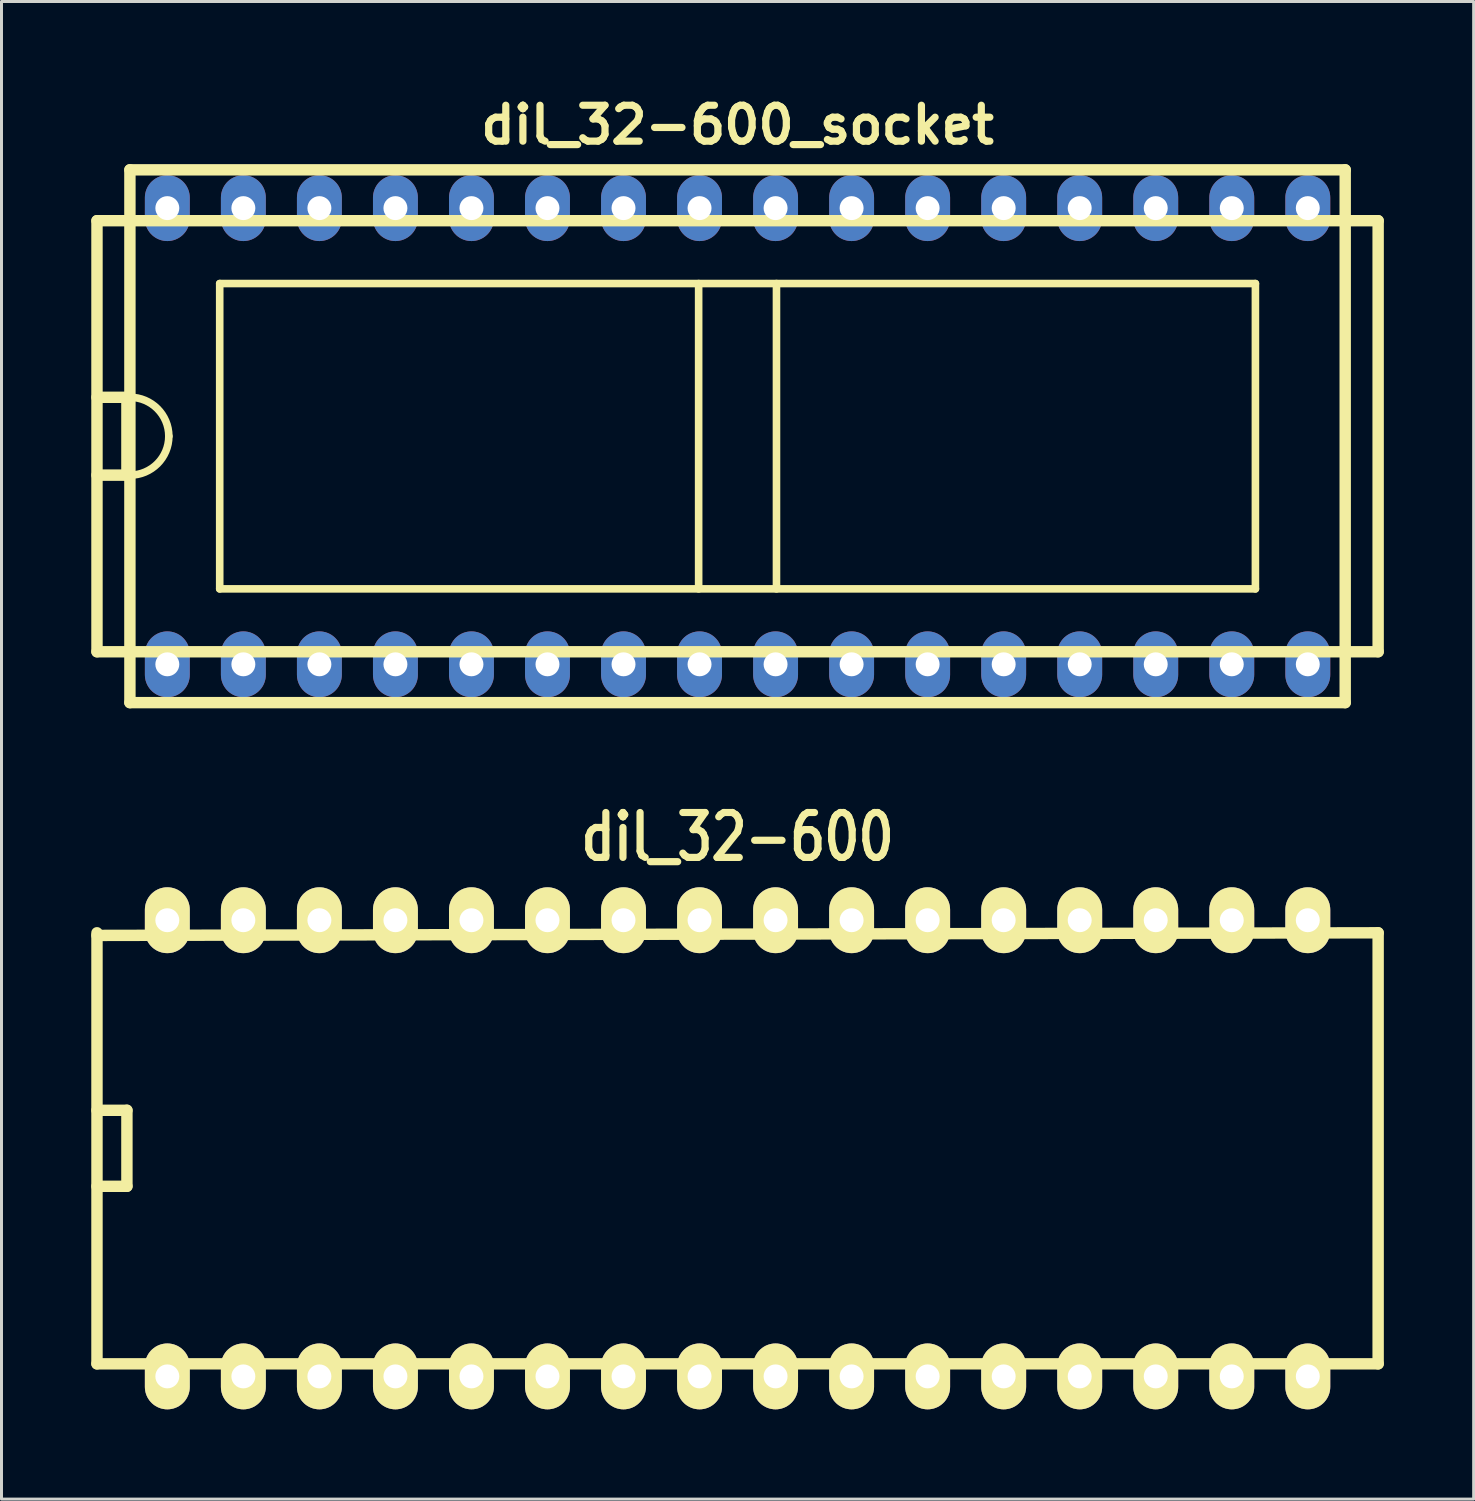
<source format=kicad_pcb>
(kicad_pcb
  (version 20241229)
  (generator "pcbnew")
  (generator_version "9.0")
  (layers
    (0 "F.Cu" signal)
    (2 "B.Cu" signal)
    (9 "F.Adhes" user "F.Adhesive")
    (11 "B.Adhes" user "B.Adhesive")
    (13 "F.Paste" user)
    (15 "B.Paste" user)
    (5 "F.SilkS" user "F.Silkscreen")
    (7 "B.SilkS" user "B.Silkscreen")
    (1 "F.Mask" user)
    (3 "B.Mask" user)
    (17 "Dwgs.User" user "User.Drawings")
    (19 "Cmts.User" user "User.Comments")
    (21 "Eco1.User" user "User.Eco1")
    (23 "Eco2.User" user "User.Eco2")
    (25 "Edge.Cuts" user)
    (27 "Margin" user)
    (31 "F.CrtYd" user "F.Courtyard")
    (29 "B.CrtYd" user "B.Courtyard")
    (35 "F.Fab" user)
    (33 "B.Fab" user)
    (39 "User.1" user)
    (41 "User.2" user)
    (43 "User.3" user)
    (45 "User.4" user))
  (footprint "dil_32-600"
    (layer "F.Cu")
    (at 21.59 35.312)
    (property "Reference" "dil_32-600" (at 0 -10.4 0) (layer "F.SilkS") (effects (font (size 1.5 1.2) (thickness 0.24))))
    (attr through_hole)
    (fp_line (start -21.4 -7.2) (end -21.4 7.2) (stroke (width 0.381) (type solid)) (layer "F.SilkS"))
    (fp_line (start -20.4 -1.27) (end -21.4 -1.27) (stroke (width 0.381) (type solid)) (layer "F.SilkS"))
    (fp_line (start -20.4 -1.27) (end -20.4 1.27) (stroke (width 0.381) (type solid)) (layer "F.SilkS"))
    (fp_line (start -20.4 1.27) (end -21.4 1.27) (stroke (width 0.381) (type solid)) (layer "F.SilkS"))
    (fp_line (start 21.4 -7.2) (end -21.4 -7.112) (stroke (width 0.381) (type solid)) (layer "F.SilkS"))
    (fp_line (start 21.4 7.2) (end -21.4 7.2) (stroke (width 0.381) (type solid)) (layer "F.SilkS"))
    (fp_line (start 21.4 7.2) (end 21.4 -7.2) (stroke (width 0.381) (type solid)) (layer "F.SilkS"))
    (pad "1" thru_hole oval (at -19.05 7.62) (size 1.5 2.2) (drill 0.8) (layers "*.Cu" "*.Mask" "F.SilkS"))
    (pad "2" thru_hole oval (at -16.51 7.62) (size 1.5 2.2) (drill 0.8) (layers "*.Cu" "*.Mask" "F.SilkS"))
    (pad "3" thru_hole oval (at -13.97 7.62) (size 1.5 2.2) (drill 0.8) (layers "*.Cu" "*.Mask" "F.SilkS"))
    (pad "4" thru_hole oval (at -11.43 7.62) (size 1.5 2.2) (drill 0.8) (layers "*.Cu" "*.Mask" "F.SilkS"))
    (pad "5" thru_hole oval (at -8.89 7.62) (size 1.5 2.2) (drill 0.8) (layers "*.Cu" "*.Mask" "F.SilkS"))
    (pad "6" thru_hole oval (at -6.35 7.62) (size 1.5 2.2) (drill 0.8) (layers "*.Cu" "*.Mask" "F.SilkS"))
    (pad "7" thru_hole oval (at -3.81 7.62) (size 1.5 2.2) (drill 0.8) (layers "*.Cu" "*.Mask" "F.SilkS"))
    (pad "8" thru_hole oval (at -1.27 7.62) (size 1.5 2.2) (drill 0.8) (layers "*.Cu" "*.Mask" "F.SilkS"))
    (pad "9" thru_hole oval (at 1.27 7.62) (size 1.5 2.2) (drill 0.8) (layers "*.Cu" "*.Mask" "F.SilkS"))
    (pad "10" thru_hole oval (at 3.81 7.62) (size 1.5 2.2) (drill 0.8) (layers "*.Cu" "*.Mask" "F.SilkS"))
    (pad "11" thru_hole oval (at 6.35 7.62) (size 1.5 2.2) (drill 0.8) (layers "*.Cu" "*.Mask" "F.SilkS"))
    (pad "12" thru_hole oval (at 8.89 7.62) (size 1.5 2.2) (drill 0.8) (layers "*.Cu" "*.Mask" "F.SilkS"))
    (pad "13" thru_hole oval (at 11.43 7.62) (size 1.5 2.2) (drill 0.8) (layers "*.Cu" "*.Mask" "F.SilkS"))
    (pad "14" thru_hole oval (at 13.97 7.62) (size 1.5 2.2) (drill 0.8) (layers "*.Cu" "*.Mask" "F.SilkS"))
    (pad "15" thru_hole oval (at 16.51 7.62) (size 1.5 2.2) (drill 0.8) (layers "*.Cu" "*.Mask" "F.SilkS"))
    (pad "16" thru_hole oval (at 19.05 7.62) (size 1.5 2.2) (drill 0.8) (layers "*.Cu" "*.Mask" "F.SilkS"))
    (pad "17" thru_hole oval (at 19.05 -7.62) (size 1.5 2.2) (drill 0.8) (layers "*.Cu" "*.Mask" "F.SilkS"))
    (pad "18" thru_hole oval (at 16.51 -7.62) (size 1.5 2.2) (drill 0.8) (layers "*.Cu" "*.Mask" "F.SilkS"))
    (pad "19" thru_hole oval (at 13.97 -7.62) (size 1.5 2.2) (drill 0.8) (layers "*.Cu" "*.Mask" "F.SilkS"))
    (pad "20" thru_hole oval (at 11.43 -7.62) (size 1.5 2.2) (drill 0.8) (layers "*.Cu" "*.Mask" "F.SilkS"))
    (pad "21" thru_hole oval (at 8.89 -7.62) (size 1.5 2.2) (drill 0.8) (layers "*.Cu" "*.Mask" "F.SilkS"))
    (pad "22" thru_hole oval (at 6.35 -7.62) (size 1.5 2.2) (drill 0.8) (layers "*.Cu" "*.Mask" "F.SilkS"))
    (pad "23" thru_hole oval (at 3.81 -7.62) (size 1.5 2.2) (drill 0.8) (layers "*.Cu" "*.Mask" "F.SilkS"))
    (pad "24" thru_hole oval (at 1.27 -7.62) (size 1.5 2.2) (drill 0.8) (layers "*.Cu" "*.Mask" "F.SilkS"))
    (pad "25" thru_hole oval (at -1.27 -7.62) (size 1.5 2.2) (drill 0.8) (layers "*.Cu" "*.Mask" "F.SilkS"))
    (pad "26" thru_hole oval (at -3.81 -7.62) (size 1.5 2.2) (drill 0.8) (layers "*.Cu" "*.Mask" "F.SilkS"))
    (pad "27" thru_hole oval (at -6.35 -7.62) (size 1.5 2.2) (drill 0.8) (layers "*.Cu" "*.Mask" "F.SilkS"))
    (pad "28" thru_hole oval (at -8.89 -7.62) (size 1.5 2.2) (drill 0.8) (layers "*.Cu" "*.Mask" "F.SilkS"))
    (pad "29" thru_hole oval (at -11.43 -7.62) (size 1.5 2.2) (drill 0.8) (layers "*.Cu" "*.Mask" "F.SilkS"))
    (pad "30" thru_hole oval (at -13.97 -7.62) (size 1.5 2.2) (drill 0.8) (layers "*.Cu" "*.Mask" "F.SilkS"))
    (pad "31" thru_hole oval (at -16.51 -7.62) (size 1.5 2.2) (drill 0.8) (layers "*.Cu" "*.Mask" "F.SilkS"))
    (pad "32" thru_hole oval (at -19.05 -7.62) (size 1.5 2.2) (drill 0.8) (layers "*.Cu" "*.Mask" "F.SilkS")))
  (footprint "dil_32-600_socket"
    (layer "F.Cu")
    (at 21.59 11.523)
    (property "Reference" "dil_32-600_socket" (at 0 -10.4 0) (layer "F.SilkS") (effects (font (size 1.2 1.2) (thickness 0.24))))
    (attr through_hole)
    (fp_line (start -21.4 -7.2) (end -21.4 7.2) (stroke (width 0.381) (type solid)) (layer "F.SilkS"))
    (fp_line (start -20.4 -1.3) (end -21.4 -1.3) (stroke (width 0.381) (type solid)) (layer "F.SilkS"))
    (fp_line (start -20.4 -1.3) (end -20.4 1.3) (stroke (width 0.381) (type solid)) (layer "F.SilkS"))
    (fp_line (start -20.4 1.3) (end -21.4 1.3) (stroke (width 0.381) (type solid)) (layer "F.SilkS"))
    (fp_line (start -20.3 -8.9) (end 20.3 -8.9) (stroke (width 0.381) (type solid)) (layer "F.SilkS"))
    (fp_line (start -20.3 8.9) (end -20.3 -8.9) (stroke (width 0.381) (type solid)) (layer "F.SilkS"))
    (fp_line (start -20.3 8.9) (end 20.3 8.9) (stroke (width 0.381) (type solid)) (layer "F.SilkS"))
    (fp_line (start -17.3 -5.1) (end -17.3 5.1) (stroke (width 0.254) (type solid)) (layer "F.SilkS"))
    (fp_line (start -17.3 -5.1) (end 17.3 -5.1) (stroke (width 0.254) (type solid)) (layer "F.SilkS"))
    (fp_line (start -1.3 -5.1) (end -1.3 5.1) (stroke (width 0.254) (type solid)) (layer "F.SilkS"))
    (fp_line (start 1.3 5.1) (end 1.3 -5.1) (stroke (width 0.254) (type solid)) (layer "F.SilkS"))
    (fp_line (start 17.3 -5.1) (end 17.3 5.1) (stroke (width 0.254) (type solid)) (layer "F.SilkS"))
    (fp_line (start 17.3 5.1) (end -17.3 5.1) (stroke (width 0.254) (type solid)) (layer "F.SilkS"))
    (fp_line (start 20.3 -8.9) (end 20.3 8.9) (stroke (width 0.381) (type solid)) (layer "F.SilkS"))
    (fp_line (start 21.4 -7.2) (end -21.4 -7.2) (stroke (width 0.381) (type solid)) (layer "F.SilkS"))
    (fp_line (start 21.4 7.2) (end -21.4 7.2) (stroke (width 0.381) (type solid)) (layer "F.SilkS"))
    (fp_line (start 21.4 7.2) (end 21.4 -7.2) (stroke (width 0.381) (type solid)) (layer "F.SilkS"))
    (fp_arc (start -20.3 -1.3) (mid -19.380761 -0.919239) (end -19 0) (stroke (width 0.254) (type solid)) (layer "F.SilkS"))
    (fp_arc (start -19 0) (mid -19.380761 0.919239) (end -20.3 1.3) (stroke (width 0.254) (type solid)) (layer "F.SilkS"))
    (pad "1" thru_hole oval (at -19.05 7.62) (size 1.5 2.2) (drill 0.8) (layers "*.Cu" "*.Mask"))
    (pad "2" thru_hole oval (at -16.51 7.62) (size 1.5 2.2) (drill 0.8) (layers "*.Cu" "*.Mask"))
    (pad "3" thru_hole oval (at -13.97 7.62) (size 1.5 2.2) (drill 0.8) (layers "*.Cu" "*.Mask"))
    (pad "4" thru_hole oval (at -11.43 7.62) (size 1.5 2.2) (drill 0.8) (layers "*.Cu" "*.Mask"))
    (pad "5" thru_hole oval (at -8.89 7.62) (size 1.5 2.2) (drill 0.8) (layers "*.Cu" "*.Mask"))
    (pad "6" thru_hole oval (at -6.35 7.62) (size 1.5 2.2) (drill 0.8) (layers "*.Cu" "*.Mask"))
    (pad "7" thru_hole oval (at -3.81 7.62) (size 1.5 2.2) (drill 0.8) (layers "*.Cu" "*.Mask"))
    (pad "8" thru_hole oval (at -1.27 7.62) (size 1.5 2.2) (drill 0.8) (layers "*.Cu" "*.Mask"))
    (pad "9" thru_hole oval (at 1.27 7.62) (size 1.5 2.2) (drill 0.8) (layers "*.Cu" "*.Mask"))
    (pad "10" thru_hole oval (at 3.81 7.62) (size 1.5 2.2) (drill 0.8) (layers "*.Cu" "*.Mask"))
    (pad "11" thru_hole oval (at 6.35 7.62) (size 1.5 2.2) (drill 0.8) (layers "*.Cu" "*.Mask"))
    (pad "12" thru_hole oval (at 8.89 7.62) (size 1.5 2.2) (drill 0.8) (layers "*.Cu" "*.Mask"))
    (pad "13" thru_hole oval (at 11.43 7.62) (size 1.5 2.2) (drill 0.8) (layers "*.Cu" "*.Mask"))
    (pad "14" thru_hole oval (at 13.97 7.62) (size 1.5 2.2) (drill 0.8) (layers "*.Cu" "*.Mask"))
    (pad "15" thru_hole oval (at 16.51 7.62) (size 1.5 2.2) (drill 0.8) (layers "*.Cu" "*.Mask"))
    (pad "16" thru_hole oval (at 19.05 7.62) (size 1.5 2.2) (drill 0.8) (layers "*.Cu" "*.Mask"))
    (pad "17" thru_hole oval (at 19.05 -7.62) (size 1.5 2.2) (drill 0.8) (layers "*.Cu" "*.Mask"))
    (pad "18" thru_hole oval (at 16.51 -7.62) (size 1.5 2.2) (drill 0.8) (layers "*.Cu" "*.Mask"))
    (pad "19" thru_hole oval (at 13.97 -7.62) (size 1.5 2.2) (drill 0.8) (layers "*.Cu" "*.Mask"))
    (pad "20" thru_hole oval (at 11.43 -7.62) (size 1.5 2.2) (drill 0.8) (layers "*.Cu" "*.Mask"))
    (pad "21" thru_hole oval (at 8.89 -7.62) (size 1.5 2.2) (drill 0.8) (layers "*.Cu" "*.Mask"))
    (pad "22" thru_hole oval (at 6.35 -7.62) (size 1.5 2.2) (drill 0.8) (layers "*.Cu" "*.Mask"))
    (pad "23" thru_hole oval (at 3.81 -7.62) (size 1.5 2.2) (drill 0.8) (layers "*.Cu" "*.Mask"))
    (pad "24" thru_hole oval (at 1.27 -7.62) (size 1.5 2.2) (drill 0.8) (layers "*.Cu" "*.Mask"))
    (pad "25" thru_hole oval (at -1.27 -7.62) (size 1.5 2.2) (drill 0.8) (layers "*.Cu" "*.Mask"))
    (pad "26" thru_hole oval (at -3.81 -7.62) (size 1.5 2.2) (drill 0.8) (layers "*.Cu" "*.Mask"))
    (pad "27" thru_hole oval (at -6.35 -7.62) (size 1.5 2.2) (drill 0.8) (layers "*.Cu" "*.Mask"))
    (pad "28" thru_hole oval (at -8.89 -7.62) (size 1.5 2.2) (drill 0.8) (layers "*.Cu" "*.Mask"))
    (pad "29" thru_hole oval (at -11.43 -7.62) (size 1.5 2.2) (drill 0.8) (layers "*.Cu" "*.Mask"))
    (pad "30" thru_hole oval (at -13.97 -7.62) (size 1.5 2.2) (drill 0.8) (layers "*.Cu" "*.Mask"))
    (pad "31" thru_hole oval (at -16.51 -7.62) (size 1.5 2.2) (drill 0.8) (layers "*.Cu" "*.Mask"))
    (pad "32" thru_hole oval (at -19.05 -7.62) (size 1.5 2.2) (drill 0.8) (layers "*.Cu" "*.Mask")))
  (gr_rect
    (start -3 -3)
    (end 46.181 47.032)
    (stroke (width 0.1) (type default))
    (fill no)
    (layer "Edge.Cuts")))
</source>
